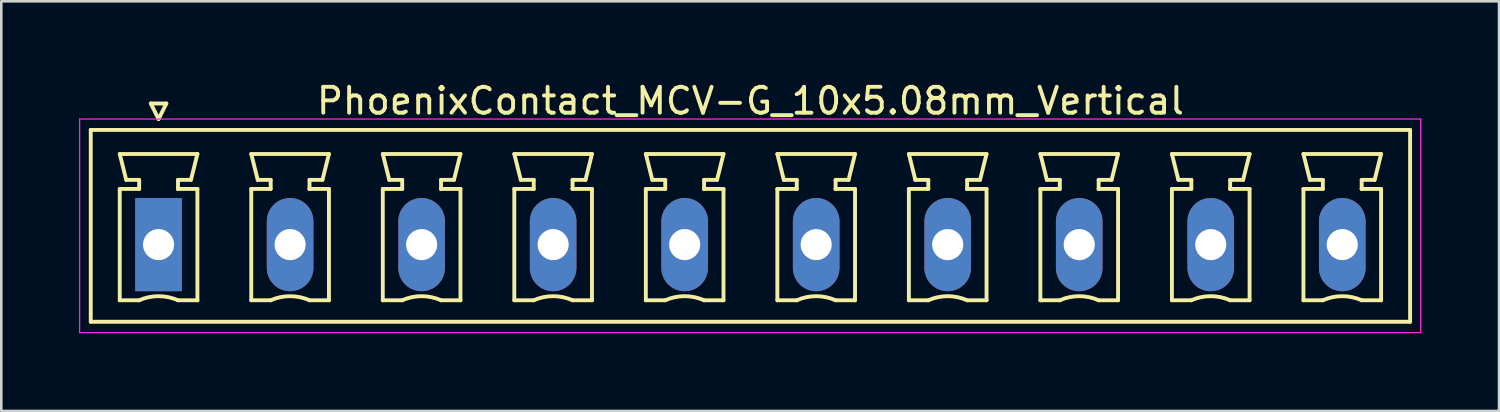
<source format=kicad_pcb>
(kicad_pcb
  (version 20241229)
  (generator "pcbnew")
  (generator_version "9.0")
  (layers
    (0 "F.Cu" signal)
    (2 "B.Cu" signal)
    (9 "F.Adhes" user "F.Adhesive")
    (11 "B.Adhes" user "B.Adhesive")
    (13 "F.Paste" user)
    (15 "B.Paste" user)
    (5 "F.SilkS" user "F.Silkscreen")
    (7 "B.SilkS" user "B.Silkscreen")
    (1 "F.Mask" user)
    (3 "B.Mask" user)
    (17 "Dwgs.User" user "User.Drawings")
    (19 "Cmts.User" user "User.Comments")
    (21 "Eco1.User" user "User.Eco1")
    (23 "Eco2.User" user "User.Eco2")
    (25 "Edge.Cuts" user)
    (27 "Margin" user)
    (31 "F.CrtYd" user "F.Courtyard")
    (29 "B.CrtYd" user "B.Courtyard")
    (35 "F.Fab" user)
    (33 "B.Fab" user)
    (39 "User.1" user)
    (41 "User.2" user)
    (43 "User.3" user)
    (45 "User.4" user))
  (footprint "PhoenixContact_MCV-G_10x5.08mm_Vertical"
    (layer "F.Cu")
    (at 3.075 6.398)
    (property "Reference" "PhoenixContact_MCV-G_10x5.08mm_Vertical" (at 22.86 -5.55 0) (layer "F.SilkS") (effects (font (size 1 1) (thickness 0.15))))
    (attr through_hole)
    (fp_line (start -2.62 -4.43) (end -2.62 2.98) (stroke (width 0.15) (type solid)) (layer "F.SilkS"))
    (fp_line (start -2.62 2.98) (end 48.34 2.98) (stroke (width 0.15) (type solid)) (layer "F.SilkS"))
    (fp_line (start -1.5 -3.5) (end 1.5 -3.5) (stroke (width 0.15) (type solid)) (layer "F.SilkS"))
    (fp_line (start -1.5 -2.15) (end -0.75 -2.15) (stroke (width 0.15) (type solid)) (layer "F.SilkS"))
    (fp_line (start -1.5 2.15) (end -1.5 -2.15) (stroke (width 0.15) (type solid)) (layer "F.SilkS"))
    (fp_line (start -1.25 -2.5) (end -1.5 -3.5) (stroke (width 0.15) (type solid)) (layer "F.SilkS"))
    (fp_line (start -0.75 -2.5) (end -1.25 -2.5) (stroke (width 0.15) (type solid)) (layer "F.SilkS"))
    (fp_line (start -0.75 -2.15) (end -0.75 -2.5) (stroke (width 0.15) (type solid)) (layer "F.SilkS"))
    (fp_line (start -0.75 2.15) (end -1.5 2.15) (stroke (width 0.15) (type solid)) (layer "F.SilkS"))
    (fp_line (start -0.3 -5.45) (end 0 -4.85) (stroke (width 0.15) (type solid)) (layer "F.SilkS"))
    (fp_line (start 0 -4.85) (end 0.3 -5.45) (stroke (width 0.15) (type solid)) (layer "F.SilkS"))
    (fp_line (start 0.3 -5.45) (end -0.3 -5.45) (stroke (width 0.15) (type solid)) (layer "F.SilkS"))
    (fp_line (start 0.75 -2.5) (end 0.75 -2.15) (stroke (width 0.15) (type solid)) (layer "F.SilkS"))
    (fp_line (start 0.75 -2.15) (end 0.75 -2.15) (stroke (width 0.15) (type solid)) (layer "F.SilkS"))
    (fp_line (start 0.75 -2.15) (end 1.5 -2.15) (stroke (width 0.15) (type solid)) (layer "F.SilkS"))
    (fp_line (start 1.25 -2.5) (end 0.75 -2.5) (stroke (width 0.15) (type solid)) (layer "F.SilkS"))
    (fp_line (start 1.5 -3.5) (end 1.25 -2.5) (stroke (width 0.15) (type solid)) (layer "F.SilkS"))
    (fp_line (start 1.5 -2.15) (end 1.5 2.15) (stroke (width 0.15) (type solid)) (layer "F.SilkS"))
    (fp_line (start 1.5 2.15) (end 0.75 2.15) (stroke (width 0.15) (type solid)) (layer "F.SilkS"))
    (fp_line (start 3.58 -3.5) (end 6.58 -3.5) (stroke (width 0.15) (type solid)) (layer "F.SilkS"))
    (fp_line (start 3.58 -2.15) (end 4.33 -2.15) (stroke (width 0.15) (type solid)) (layer "F.SilkS"))
    (fp_line (start 3.58 2.15) (end 3.58 -2.15) (stroke (width 0.15) (type solid)) (layer "F.SilkS"))
    (fp_line (start 3.83 -2.5) (end 3.58 -3.5) (stroke (width 0.15) (type solid)) (layer "F.SilkS"))
    (fp_line (start 4.33 -2.5) (end 3.83 -2.5) (stroke (width 0.15) (type solid)) (layer "F.SilkS"))
    (fp_line (start 4.33 -2.15) (end 4.33 -2.5) (stroke (width 0.15) (type solid)) (layer "F.SilkS"))
    (fp_line (start 4.33 2.15) (end 3.58 2.15) (stroke (width 0.15) (type solid)) (layer "F.SilkS"))
    (fp_line (start 5.83 -2.5) (end 5.83 -2.15) (stroke (width 0.15) (type solid)) (layer "F.SilkS"))
    (fp_line (start 5.83 -2.15) (end 5.83 -2.15) (stroke (width 0.15) (type solid)) (layer "F.SilkS"))
    (fp_line (start 5.83 -2.15) (end 6.58 -2.15) (stroke (width 0.15) (type solid)) (layer "F.SilkS"))
    (fp_line (start 6.33 -2.5) (end 5.83 -2.5) (stroke (width 0.15) (type solid)) (layer "F.SilkS"))
    (fp_line (start 6.58 -3.5) (end 6.33 -2.5) (stroke (width 0.15) (type solid)) (layer "F.SilkS"))
    (fp_line (start 6.58 -2.15) (end 6.58 2.15) (stroke (width 0.15) (type solid)) (layer "F.SilkS"))
    (fp_line (start 6.58 2.15) (end 5.83 2.15) (stroke (width 0.15) (type solid)) (layer "F.SilkS"))
    (fp_line (start 8.66 -3.5) (end 11.66 -3.5) (stroke (width 0.15) (type solid)) (layer "F.SilkS"))
    (fp_line (start 8.66 -2.15) (end 9.41 -2.15) (stroke (width 0.15) (type solid)) (layer "F.SilkS"))
    (fp_line (start 8.66 2.15) (end 8.66 -2.15) (stroke (width 0.15) (type solid)) (layer "F.SilkS"))
    (fp_line (start 8.91 -2.5) (end 8.66 -3.5) (stroke (width 0.15) (type solid)) (layer "F.SilkS"))
    (fp_line (start 9.41 -2.5) (end 8.91 -2.5) (stroke (width 0.15) (type solid)) (layer "F.SilkS"))
    (fp_line (start 9.41 -2.15) (end 9.41 -2.5) (stroke (width 0.15) (type solid)) (layer "F.SilkS"))
    (fp_line (start 9.41 2.15) (end 8.66 2.15) (stroke (width 0.15) (type solid)) (layer "F.SilkS"))
    (fp_line (start 10.91 -2.5) (end 10.91 -2.15) (stroke (width 0.15) (type solid)) (layer "F.SilkS"))
    (fp_line (start 10.91 -2.15) (end 10.91 -2.15) (stroke (width 0.15) (type solid)) (layer "F.SilkS"))
    (fp_line (start 10.91 -2.15) (end 11.66 -2.15) (stroke (width 0.15) (type solid)) (layer "F.SilkS"))
    (fp_line (start 11.41 -2.5) (end 10.91 -2.5) (stroke (width 0.15) (type solid)) (layer "F.SilkS"))
    (fp_line (start 11.66 -3.5) (end 11.41 -2.5) (stroke (width 0.15) (type solid)) (layer "F.SilkS"))
    (fp_line (start 11.66 -2.15) (end 11.66 2.15) (stroke (width 0.15) (type solid)) (layer "F.SilkS"))
    (fp_line (start 11.66 2.15) (end 10.91 2.15) (stroke (width 0.15) (type solid)) (layer "F.SilkS"))
    (fp_line (start 13.74 -3.5) (end 16.74 -3.5) (stroke (width 0.15) (type solid)) (layer "F.SilkS"))
    (fp_line (start 13.74 -2.15) (end 14.49 -2.15) (stroke (width 0.15) (type solid)) (layer "F.SilkS"))
    (fp_line (start 13.74 2.15) (end 13.74 -2.15) (stroke (width 0.15) (type solid)) (layer "F.SilkS"))
    (fp_line (start 13.99 -2.5) (end 13.74 -3.5) (stroke (width 0.15) (type solid)) (layer "F.SilkS"))
    (fp_line (start 14.49 -2.5) (end 13.99 -2.5) (stroke (width 0.15) (type solid)) (layer "F.SilkS"))
    (fp_line (start 14.49 -2.15) (end 14.49 -2.5) (stroke (width 0.15) (type solid)) (layer "F.SilkS"))
    (fp_line (start 14.49 2.15) (end 13.74 2.15) (stroke (width 0.15) (type solid)) (layer "F.SilkS"))
    (fp_line (start 15.99 -2.5) (end 15.99 -2.15) (stroke (width 0.15) (type solid)) (layer "F.SilkS"))
    (fp_line (start 15.99 -2.15) (end 15.99 -2.15) (stroke (width 0.15) (type solid)) (layer "F.SilkS"))
    (fp_line (start 15.99 -2.15) (end 16.74 -2.15) (stroke (width 0.15) (type solid)) (layer "F.SilkS"))
    (fp_line (start 16.49 -2.5) (end 15.99 -2.5) (stroke (width 0.15) (type solid)) (layer "F.SilkS"))
    (fp_line (start 16.74 -3.5) (end 16.49 -2.5) (stroke (width 0.15) (type solid)) (layer "F.SilkS"))
    (fp_line (start 16.74 -2.15) (end 16.74 2.15) (stroke (width 0.15) (type solid)) (layer "F.SilkS"))
    (fp_line (start 16.74 2.15) (end 15.99 2.15) (stroke (width 0.15) (type solid)) (layer "F.SilkS"))
    (fp_line (start 18.82 -3.5) (end 21.82 -3.5) (stroke (width 0.15) (type solid)) (layer "F.SilkS"))
    (fp_line (start 18.82 -2.15) (end 19.57 -2.15) (stroke (width 0.15) (type solid)) (layer "F.SilkS"))
    (fp_line (start 18.82 2.15) (end 18.82 -2.15) (stroke (width 0.15) (type solid)) (layer "F.SilkS"))
    (fp_line (start 19.07 -2.5) (end 18.82 -3.5) (stroke (width 0.15) (type solid)) (layer "F.SilkS"))
    (fp_line (start 19.57 -2.5) (end 19.07 -2.5) (stroke (width 0.15) (type solid)) (layer "F.SilkS"))
    (fp_line (start 19.57 -2.15) (end 19.57 -2.5) (stroke (width 0.15) (type solid)) (layer "F.SilkS"))
    (fp_line (start 19.57 2.15) (end 18.82 2.15) (stroke (width 0.15) (type solid)) (layer "F.SilkS"))
    (fp_line (start 21.07 -2.5) (end 21.07 -2.15) (stroke (width 0.15) (type solid)) (layer "F.SilkS"))
    (fp_line (start 21.07 -2.15) (end 21.07 -2.15) (stroke (width 0.15) (type solid)) (layer "F.SilkS"))
    (fp_line (start 21.07 -2.15) (end 21.82 -2.15) (stroke (width 0.15) (type solid)) (layer "F.SilkS"))
    (fp_line (start 21.57 -2.5) (end 21.07 -2.5) (stroke (width 0.15) (type solid)) (layer "F.SilkS"))
    (fp_line (start 21.82 -3.5) (end 21.57 -2.5) (stroke (width 0.15) (type solid)) (layer "F.SilkS"))
    (fp_line (start 21.82 -2.15) (end 21.82 2.15) (stroke (width 0.15) (type solid)) (layer "F.SilkS"))
    (fp_line (start 21.82 2.15) (end 21.07 2.15) (stroke (width 0.15) (type solid)) (layer "F.SilkS"))
    (fp_line (start 23.9 -3.5) (end 26.9 -3.5) (stroke (width 0.15) (type solid)) (layer "F.SilkS"))
    (fp_line (start 23.9 -2.15) (end 24.65 -2.15) (stroke (width 0.15) (type solid)) (layer "F.SilkS"))
    (fp_line (start 23.9 2.15) (end 23.9 -2.15) (stroke (width 0.15) (type solid)) (layer "F.SilkS"))
    (fp_line (start 24.15 -2.5) (end 23.9 -3.5) (stroke (width 0.15) (type solid)) (layer "F.SilkS"))
    (fp_line (start 24.65 -2.5) (end 24.15 -2.5) (stroke (width 0.15) (type solid)) (layer "F.SilkS"))
    (fp_line (start 24.65 -2.15) (end 24.65 -2.5) (stroke (width 0.15) (type solid)) (layer "F.SilkS"))
    (fp_line (start 24.65 2.15) (end 23.9 2.15) (stroke (width 0.15) (type solid)) (layer "F.SilkS"))
    (fp_line (start 26.15 -2.5) (end 26.15 -2.15) (stroke (width 0.15) (type solid)) (layer "F.SilkS"))
    (fp_line (start 26.15 -2.15) (end 26.15 -2.15) (stroke (width 0.15) (type solid)) (layer "F.SilkS"))
    (fp_line (start 26.15 -2.15) (end 26.9 -2.15) (stroke (width 0.15) (type solid)) (layer "F.SilkS"))
    (fp_line (start 26.65 -2.5) (end 26.15 -2.5) (stroke (width 0.15) (type solid)) (layer "F.SilkS"))
    (fp_line (start 26.9 -3.5) (end 26.65 -2.5) (stroke (width 0.15) (type solid)) (layer "F.SilkS"))
    (fp_line (start 26.9 -2.15) (end 26.9 2.15) (stroke (width 0.15) (type solid)) (layer "F.SilkS"))
    (fp_line (start 26.9 2.15) (end 26.15 2.15) (stroke (width 0.15) (type solid)) (layer "F.SilkS"))
    (fp_line (start 28.98 -3.5) (end 31.98 -3.5) (stroke (width 0.15) (type solid)) (layer "F.SilkS"))
    (fp_line (start 28.98 -2.15) (end 29.73 -2.15) (stroke (width 0.15) (type solid)) (layer "F.SilkS"))
    (fp_line (start 28.98 2.15) (end 28.98 -2.15) (stroke (width 0.15) (type solid)) (layer "F.SilkS"))
    (fp_line (start 29.23 -2.5) (end 28.98 -3.5) (stroke (width 0.15) (type solid)) (layer "F.SilkS"))
    (fp_line (start 29.73 -2.5) (end 29.23 -2.5) (stroke (width 0.15) (type solid)) (layer "F.SilkS"))
    (fp_line (start 29.73 -2.15) (end 29.73 -2.5) (stroke (width 0.15) (type solid)) (layer "F.SilkS"))
    (fp_line (start 29.73 2.15) (end 28.98 2.15) (stroke (width 0.15) (type solid)) (layer "F.SilkS"))
    (fp_line (start 31.23 -2.5) (end 31.23 -2.15) (stroke (width 0.15) (type solid)) (layer "F.SilkS"))
    (fp_line (start 31.23 -2.15) (end 31.23 -2.15) (stroke (width 0.15) (type solid)) (layer "F.SilkS"))
    (fp_line (start 31.23 -2.15) (end 31.98 -2.15) (stroke (width 0.15) (type solid)) (layer "F.SilkS"))
    (fp_line (start 31.73 -2.5) (end 31.23 -2.5) (stroke (width 0.15) (type solid)) (layer "F.SilkS"))
    (fp_line (start 31.98 -3.5) (end 31.73 -2.5) (stroke (width 0.15) (type solid)) (layer "F.SilkS"))
    (fp_line (start 31.98 -2.15) (end 31.98 2.15) (stroke (width 0.15) (type solid)) (layer "F.SilkS"))
    (fp_line (start 31.98 2.15) (end 31.23 2.15) (stroke (width 0.15) (type solid)) (layer "F.SilkS"))
    (fp_line (start 34.06 -3.5) (end 37.06 -3.5) (stroke (width 0.15) (type solid)) (layer "F.SilkS"))
    (fp_line (start 34.06 -2.15) (end 34.81 -2.15) (stroke (width 0.15) (type solid)) (layer "F.SilkS"))
    (fp_line (start 34.06 2.15) (end 34.06 -2.15) (stroke (width 0.15) (type solid)) (layer "F.SilkS"))
    (fp_line (start 34.31 -2.5) (end 34.06 -3.5) (stroke (width 0.15) (type solid)) (layer "F.SilkS"))
    (fp_line (start 34.81 -2.5) (end 34.31 -2.5) (stroke (width 0.15) (type solid)) (layer "F.SilkS"))
    (fp_line (start 34.81 -2.15) (end 34.81 -2.5) (stroke (width 0.15) (type solid)) (layer "F.SilkS"))
    (fp_line (start 34.81 2.15) (end 34.06 2.15) (stroke (width 0.15) (type solid)) (layer "F.SilkS"))
    (fp_line (start 36.31 -2.5) (end 36.31 -2.15) (stroke (width 0.15) (type solid)) (layer "F.SilkS"))
    (fp_line (start 36.31 -2.15) (end 36.31 -2.15) (stroke (width 0.15) (type solid)) (layer "F.SilkS"))
    (fp_line (start 36.31 -2.15) (end 37.06 -2.15) (stroke (width 0.15) (type solid)) (layer "F.SilkS"))
    (fp_line (start 36.81 -2.5) (end 36.31 -2.5) (stroke (width 0.15) (type solid)) (layer "F.SilkS"))
    (fp_line (start 37.06 -3.5) (end 36.81 -2.5) (stroke (width 0.15) (type solid)) (layer "F.SilkS"))
    (fp_line (start 37.06 -2.15) (end 37.06 2.15) (stroke (width 0.15) (type solid)) (layer "F.SilkS"))
    (fp_line (start 37.06 2.15) (end 36.31 2.15) (stroke (width 0.15) (type solid)) (layer "F.SilkS"))
    (fp_line (start 39.14 -3.5) (end 42.14 -3.5) (stroke (width 0.15) (type solid)) (layer "F.SilkS"))
    (fp_line (start 39.14 -2.15) (end 39.89 -2.15) (stroke (width 0.15) (type solid)) (layer "F.SilkS"))
    (fp_line (start 39.14 2.15) (end 39.14 -2.15) (stroke (width 0.15) (type solid)) (layer "F.SilkS"))
    (fp_line (start 39.39 -2.5) (end 39.14 -3.5) (stroke (width 0.15) (type solid)) (layer "F.SilkS"))
    (fp_line (start 39.89 -2.5) (end 39.39 -2.5) (stroke (width 0.15) (type solid)) (layer "F.SilkS"))
    (fp_line (start 39.89 -2.15) (end 39.89 -2.5) (stroke (width 0.15) (type solid)) (layer "F.SilkS"))
    (fp_line (start 39.89 2.15) (end 39.14 2.15) (stroke (width 0.15) (type solid)) (layer "F.SilkS"))
    (fp_line (start 41.39 -2.5) (end 41.39 -2.15) (stroke (width 0.15) (type solid)) (layer "F.SilkS"))
    (fp_line (start 41.39 -2.15) (end 41.39 -2.15) (stroke (width 0.15) (type solid)) (layer "F.SilkS"))
    (fp_line (start 41.39 -2.15) (end 42.14 -2.15) (stroke (width 0.15) (type solid)) (layer "F.SilkS"))
    (fp_line (start 41.89 -2.5) (end 41.39 -2.5) (stroke (width 0.15) (type solid)) (layer "F.SilkS"))
    (fp_line (start 42.14 -3.5) (end 41.89 -2.5) (stroke (width 0.15) (type solid)) (layer "F.SilkS"))
    (fp_line (start 42.14 -2.15) (end 42.14 2.15) (stroke (width 0.15) (type solid)) (layer "F.SilkS"))
    (fp_line (start 42.14 2.15) (end 41.39 2.15) (stroke (width 0.15) (type solid)) (layer "F.SilkS"))
    (fp_line (start 44.22 -3.5) (end 47.22 -3.5) (stroke (width 0.15) (type solid)) (layer "F.SilkS"))
    (fp_line (start 44.22 -2.15) (end 44.97 -2.15) (stroke (width 0.15) (type solid)) (layer "F.SilkS"))
    (fp_line (start 44.22 2.15) (end 44.22 -2.15) (stroke (width 0.15) (type solid)) (layer "F.SilkS"))
    (fp_line (start 44.47 -2.5) (end 44.22 -3.5) (stroke (width 0.15) (type solid)) (layer "F.SilkS"))
    (fp_line (start 44.97 -2.5) (end 44.47 -2.5) (stroke (width 0.15) (type solid)) (layer "F.SilkS"))
    (fp_line (start 44.97 -2.15) (end 44.97 -2.5) (stroke (width 0.15) (type solid)) (layer "F.SilkS"))
    (fp_line (start 44.97 2.15) (end 44.22 2.15) (stroke (width 0.15) (type solid)) (layer "F.SilkS"))
    (fp_line (start 46.47 -2.5) (end 46.47 -2.15) (stroke (width 0.15) (type solid)) (layer "F.SilkS"))
    (fp_line (start 46.47 -2.15) (end 46.47 -2.15) (stroke (width 0.15) (type solid)) (layer "F.SilkS"))
    (fp_line (start 46.47 -2.15) (end 47.22 -2.15) (stroke (width 0.15) (type solid)) (layer "F.SilkS"))
    (fp_line (start 46.97 -2.5) (end 46.47 -2.5) (stroke (width 0.15) (type solid)) (layer "F.SilkS"))
    (fp_line (start 47.22 -3.5) (end 46.97 -2.5) (stroke (width 0.15) (type solid)) (layer "F.SilkS"))
    (fp_line (start 47.22 -2.15) (end 47.22 2.15) (stroke (width 0.15) (type solid)) (layer "F.SilkS"))
    (fp_line (start 47.22 2.15) (end 46.47 2.15) (stroke (width 0.15) (type solid)) (layer "F.SilkS"))
    (fp_line (start 48.34 -4.43) (end -2.62 -4.43) (stroke (width 0.15) (type solid)) (layer "F.SilkS"))
    (fp_line (start 48.34 2.98) (end 48.34 -4.43) (stroke (width 0.15) (type solid)) (layer "F.SilkS"))
    (fp_arc (start -0.75 2.15) (mid -0.000193 1.99191) (end 0.749647 2.149844) (stroke (width 0.15) (type solid)) (layer "F.SilkS"))
    (fp_arc (start 4.33 2.15) (mid 5.079807 1.99191) (end 5.829647 2.149844) (stroke (width 0.15) (type solid)) (layer "F.SilkS"))
    (fp_arc (start 9.41 2.15) (mid 10.159807 1.99191) (end 10.909647 2.149844) (stroke (width 0.15) (type solid)) (layer "F.SilkS"))
    (fp_arc (start 14.49 2.15) (mid 15.239807 1.99191) (end 15.989647 2.149844) (stroke (width 0.15) (type solid)) (layer "F.SilkS"))
    (fp_arc (start 19.57 2.15) (mid 20.319807 1.99191) (end 21.069647 2.149844) (stroke (width 0.15) (type solid)) (layer "F.SilkS"))
    (fp_arc (start 24.65 2.15) (mid 25.399807 1.99191) (end 26.149647 2.149844) (stroke (width 0.15) (type solid)) (layer "F.SilkS"))
    (fp_arc (start 29.73 2.15) (mid 30.479807 1.99191) (end 31.229647 2.149844) (stroke (width 0.15) (type solid)) (layer "F.SilkS"))
    (fp_arc (start 34.81 2.15) (mid 35.559807 1.99191) (end 36.309647 2.149844) (stroke (width 0.15) (type solid)) (layer "F.SilkS"))
    (fp_arc (start 39.89 2.15) (mid 40.639807 1.99191) (end 41.389647 2.149844) (stroke (width 0.15) (type solid)) (layer "F.SilkS"))
    (fp_arc (start 44.97 2.15) (mid 45.719807 1.99191) (end 46.469647 2.149844) (stroke (width 0.15) (type solid)) (layer "F.SilkS"))
    (fp_line (start -3.05 -4.85) (end -3.05 3.4) (stroke (width 0.05) (type solid)) (layer "F.CrtYd"))
    (fp_line (start -3.05 3.4) (end 48.75 3.4) (stroke (width 0.05) (type solid)) (layer "F.CrtYd"))
    (fp_line (start 48.75 -4.85) (end -3.05 -4.85) (stroke (width 0.05) (type solid)) (layer "F.CrtYd"))
    (fp_line (start 48.75 3.4) (end 48.75 -4.85) (stroke (width 0.05) (type solid)) (layer "F.CrtYd"))
    (pad "1" thru_hole rect (at 0 0) (size 1.8 3.6) (drill 1.2) (layers "*.Cu" "*.Mask"))
    (pad "2" thru_hole oval (at 5.08 0) (size 1.8 3.6) (drill 1.2) (layers "*.Cu" "*.Mask"))
    (pad "3" thru_hole oval (at 10.16 0) (size 1.8 3.6) (drill 1.2) (layers "*.Cu" "*.Mask"))
    (pad "4" thru_hole oval (at 15.24 0) (size 1.8 3.6) (drill 1.2) (layers "*.Cu" "*.Mask"))
    (pad "5" thru_hole oval (at 20.32 0) (size 1.8 3.6) (drill 1.2) (layers "*.Cu" "*.Mask"))
    (pad "6" thru_hole oval (at 25.4 0) (size 1.8 3.6) (drill 1.2) (layers "*.Cu" "*.Mask"))
    (pad "7" thru_hole oval (at 30.48 0) (size 1.8 3.6) (drill 1.2) (layers "*.Cu" "*.Mask"))
    (pad "8" thru_hole oval (at 35.56 0) (size 1.8 3.6) (drill 1.2) (layers "*.Cu" "*.Mask"))
    (pad "9" thru_hole oval (at 40.64 0) (size 1.8 3.6) (drill 1.2) (layers "*.Cu" "*.Mask"))
    (pad "10" thru_hole oval (at 45.72 0) (size 1.8 3.6) (drill 1.2) (layers "*.Cu" "*.Mask")))
  (gr_rect
    (start -3 -3)
    (end 54.85 12.823)
    (stroke (width 0.1) (type default))
    (fill no)
    (layer "Edge.Cuts")))
</source>
